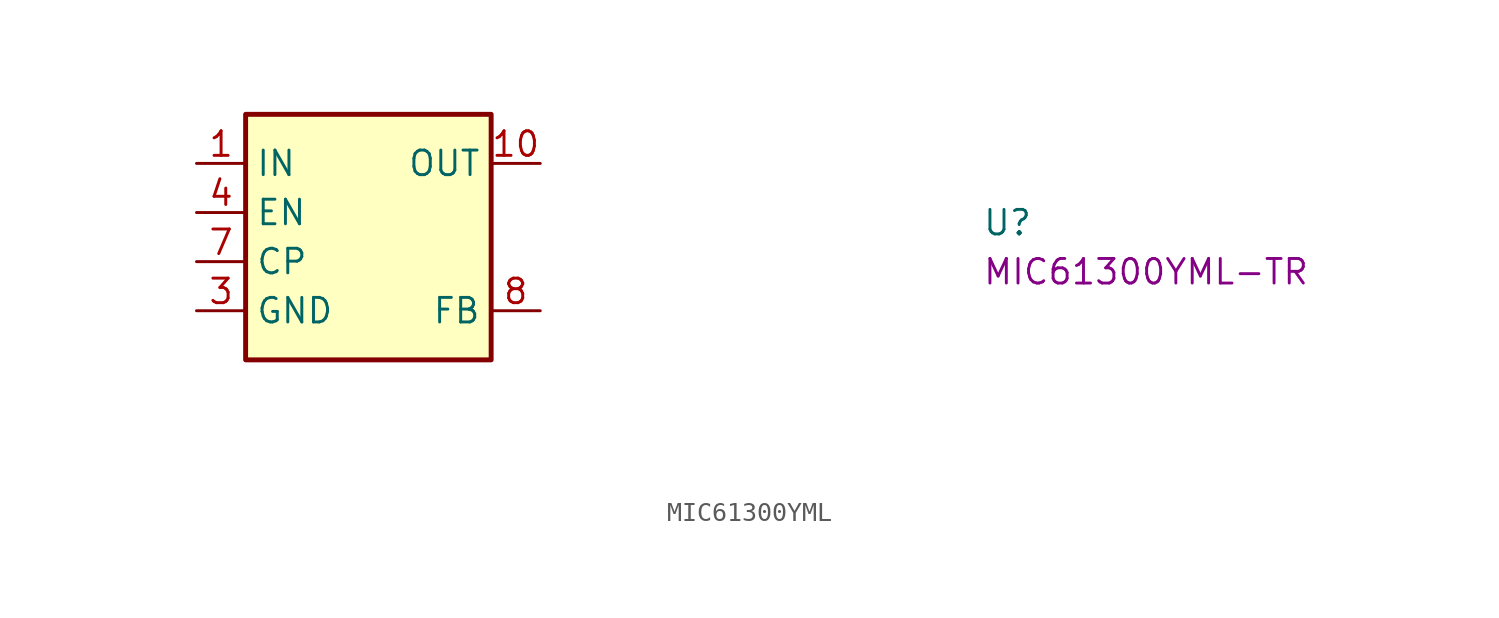
<source format=kicad_sym>
(kicad_symbol_lib
  (version 20220914)
  (generator kicad_symbol_editor)
  (symbol "MIC61300YML"
    (property "Reference" "U"
      (at 40.64 -3.81 0)
      (effects (font (size 1.27 1.27) (thickness 0.15)) (justify left bottom)))
    (property "MPN" "MIC61300YML-TR"
      (at 40.64 -6.35 0)
      (effects (font (size 1.27 1.27) (thickness 0.15)) (justify left bottom)))
    (symbol "MIC61300YML_1_1"
      (rectangle (start 2.54 2.54) (end 15.24 -10.16) (stroke (width 0.254) (type default)) (fill (type background)))
      (text "" (at 2.54 -15.24 0) (effects (font (size 1.27 1.27) (thickness 0.15)) (justify left bottom)))
      (pin power_in line (at 0 0 0) (length 2.54) (name "IN" (effects (font (size 1.27 1.27)))) (number "1" (effects (font (size 1.27 1.27)))))
      (pin power_out line (at 17.78 0 180) (length 2.54) (name "OUT" (effects (font (size 1.27 1.27)))) (number "10" (effects (font (size 1.27 1.27)))))
      (pin passive line (at 0 -7.62 0) (length 2.54) hide (name "GND" (effects (font (size 1.27 1.27)))) (number "11" (effects (font (size 1.27 1.27)))))
      (pin passive line (at 0 0 0) (length 2.54) hide (name "IN" (effects (font (size 1.27 1.27)))) (number "2" (effects (font (size 1.27 1.27)))))
      (pin passive line (at 0 -7.62 0) (length 2.54) (name "GND" (effects (font (size 1.27 1.27)))) (number "3" (effects (font (size 1.27 1.27)))))
      (pin input line (at 0 -2.54 0) (length 2.54) (name "EN" (effects (font (size 1.27 1.27)))) (number "4" (effects (font (size 1.27 1.27)))))
      (pin no_connect line (at 7.62 -10.16 90) (length 2.54) hide (name "NC" (effects (font (size 1.27 1.27)))) (number "5" (effects (font (size 1.27 1.27)))))
      (pin no_connect line (at 10.16 -10.16 90) (length 2.54) hide (name "NC" (effects (font (size 1.27 1.27)))) (number "6" (effects (font (size 1.27 1.27)))))
      (pin passive line (at 0 -5.08 0) (length 2.54) (name "CP" (effects (font (size 1.27 1.27)))) (number "7" (effects (font (size 1.27 1.27)))))
      (pin input line (at 17.78 -7.62 180) (length 2.54) (name "FB" (effects (font (size 1.27 1.27)))) (number "8" (effects (font (size 1.27 1.27)))))
      (pin passive line (at 17.78 0 180) (length 2.54) hide (name "OUT" (effects (font (size 1.27 1.27)))) (number "9" (effects (font (size 1.27 1.27))))))))
</source>
